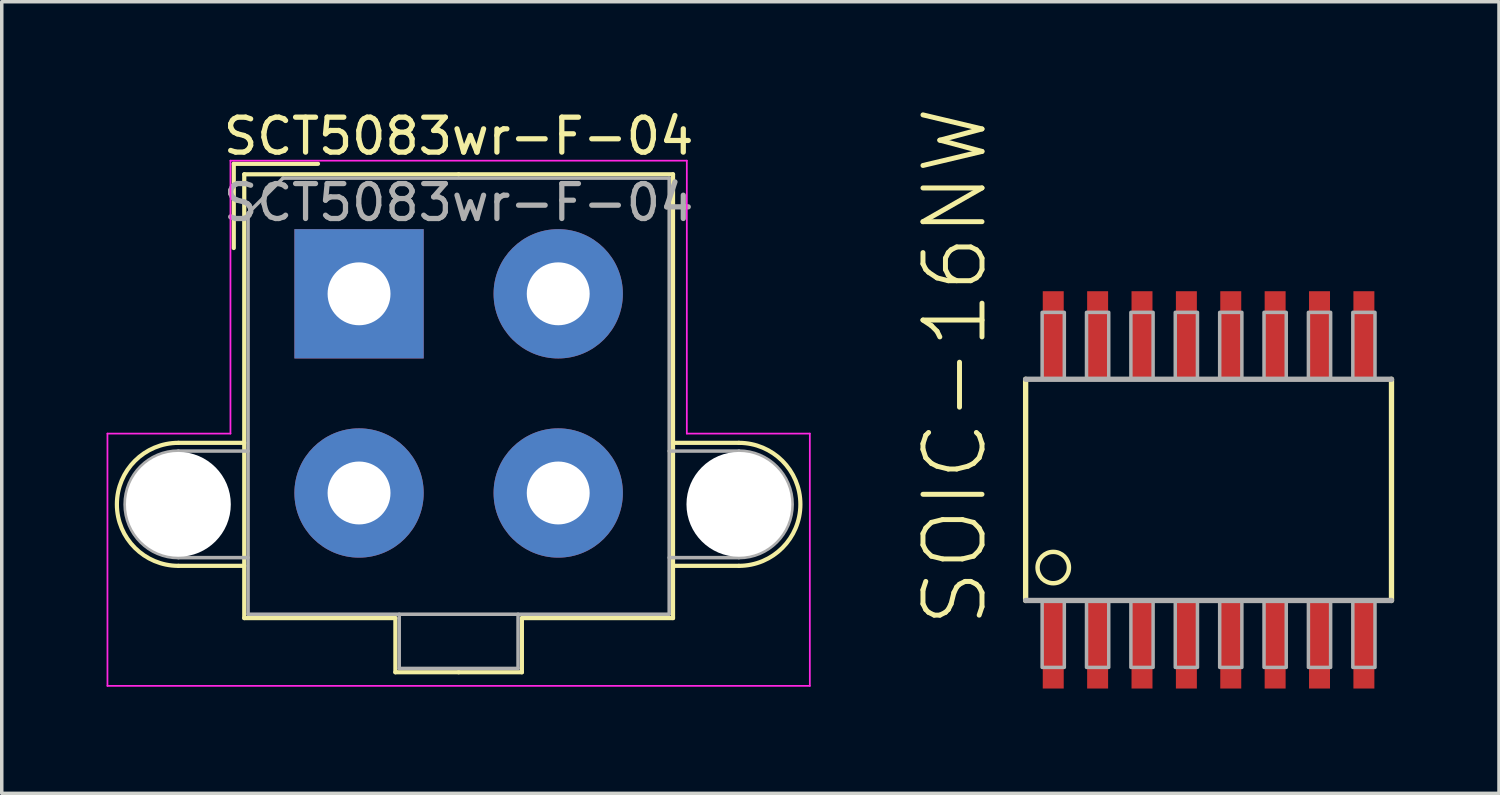
<source format=kicad_pcb>
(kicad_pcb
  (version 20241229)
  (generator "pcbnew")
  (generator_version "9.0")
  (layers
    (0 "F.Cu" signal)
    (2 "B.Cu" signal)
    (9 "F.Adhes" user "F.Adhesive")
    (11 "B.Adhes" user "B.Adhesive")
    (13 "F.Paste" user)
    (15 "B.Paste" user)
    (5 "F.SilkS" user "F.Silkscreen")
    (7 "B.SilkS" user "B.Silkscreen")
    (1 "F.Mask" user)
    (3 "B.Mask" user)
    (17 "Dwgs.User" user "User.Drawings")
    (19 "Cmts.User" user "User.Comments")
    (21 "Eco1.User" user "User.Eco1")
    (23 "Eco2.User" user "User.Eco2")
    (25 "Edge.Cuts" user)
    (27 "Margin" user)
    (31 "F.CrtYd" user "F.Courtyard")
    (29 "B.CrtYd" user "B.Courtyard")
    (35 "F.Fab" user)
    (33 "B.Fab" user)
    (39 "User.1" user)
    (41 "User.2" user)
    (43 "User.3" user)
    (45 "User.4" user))
  (footprint "SOIC-16NW"
    (layer "F.Cu")
    (at 31.536 10.969)
    (property "Reference" "SOIC-16NW" (at -6.27 4 90) (layer "F.SilkS") (effects (font (size 1.689 1.689) (thickness 0.142)) (justify left bottom)))
    (attr through_hole)
    (fp_line (start -5.235 3.165) (end -5.235 -3.165) (stroke (width 0.152) (type solid)) (layer "F.SilkS"))
    (fp_line (start 5.235 -3.165) (end 5.235 3.165) (stroke (width 0.152) (type solid)) (layer "F.SilkS"))
    (fp_circle (center -4.445 2.223) (end -3.996 2.223) (stroke (width 0.127) (type solid)) (fill no) (layer "F.SilkS"))
    (fp_line (start -5.235 -3.165) (end 5.235 -3.165) (stroke (width 0.152) (type solid)) (layer "F.Fab"))
    (fp_line (start 5.235 3.165) (end -5.235 3.165) (stroke (width 0.152) (type solid)) (layer "F.Fab"))
    (fp_poly (pts (xy -4.763 -3.175) (xy -4.128 -3.175) (xy -4.128 -5.08) (xy -4.763 -5.08)) (stroke (width 0.1) (type solid)) (fill no) (layer "F.Fab"))
    (fp_poly (pts (xy -4.763 5.08) (xy -4.128 5.08) (xy -4.128 3.175) (xy -4.763 3.175)) (stroke (width 0.1) (type solid)) (fill no) (layer "F.Fab"))
    (fp_poly (pts (xy -3.493 -3.175) (xy -2.857 -3.175) (xy -2.857 -5.08) (xy -3.493 -5.08)) (stroke (width 0.1) (type solid)) (fill no) (layer "F.Fab"))
    (fp_poly (pts (xy -3.493 5.08) (xy -2.857 5.08) (xy -2.857 3.175) (xy -3.493 3.175)) (stroke (width 0.1) (type solid)) (fill no) (layer "F.Fab"))
    (fp_poly (pts (xy -2.223 -3.175) (xy -1.587 -3.175) (xy -1.587 -5.08) (xy -2.223 -5.08)) (stroke (width 0.1) (type solid)) (fill no) (layer "F.Fab"))
    (fp_poly (pts (xy -2.223 5.08) (xy -1.587 5.08) (xy -1.587 3.175) (xy -2.223 3.175)) (stroke (width 0.1) (type solid)) (fill no) (layer "F.Fab"))
    (fp_poly (pts (xy -0.953 -3.175) (xy -0.318 -3.175) (xy -0.318 -5.08) (xy -0.953 -5.08)) (stroke (width 0.1) (type solid)) (fill no) (layer "F.Fab"))
    (fp_poly (pts (xy -0.953 5.08) (xy -0.318 5.08) (xy -0.318 3.175) (xy -0.953 3.175)) (stroke (width 0.1) (type solid)) (fill no) (layer "F.Fab"))
    (fp_poly (pts (xy 0.318 -3.175) (xy 0.953 -3.175) (xy 0.953 -5.08) (xy 0.318 -5.08)) (stroke (width 0.1) (type solid)) (fill no) (layer "F.Fab"))
    (fp_poly (pts (xy 0.318 5.08) (xy 0.953 5.08) (xy 0.953 3.175) (xy 0.318 3.175)) (stroke (width 0.1) (type solid)) (fill no) (layer "F.Fab"))
    (fp_poly (pts (xy 1.587 -3.175) (xy 2.223 -3.175) (xy 2.223 -5.08) (xy 1.587 -5.08)) (stroke (width 0.1) (type solid)) (fill no) (layer "F.Fab"))
    (fp_poly (pts (xy 1.587 5.08) (xy 2.223 5.08) (xy 2.223 3.175) (xy 1.587 3.175)) (stroke (width 0.1) (type solid)) (fill no) (layer "F.Fab"))
    (fp_poly (pts (xy 2.857 -3.175) (xy 3.493 -3.175) (xy 3.493 -5.08) (xy 2.857 -5.08)) (stroke (width 0.1) (type solid)) (fill no) (layer "F.Fab"))
    (fp_poly (pts (xy 2.857 5.08) (xy 3.493 5.08) (xy 3.493 3.175) (xy 2.857 3.175)) (stroke (width 0.1) (type solid)) (fill no) (layer "F.Fab"))
    (fp_poly (pts (xy 4.128 -3.175) (xy 4.763 -3.175) (xy 4.763 -5.08) (xy 4.128 -5.08)) (stroke (width 0.1) (type solid)) (fill no) (layer "F.Fab"))
    (fp_poly (pts (xy 4.128 5.08) (xy 4.763 5.08) (xy 4.763 3.175) (xy 4.128 3.175)) (stroke (width 0.1) (type solid)) (fill no) (layer "F.Fab"))
    (pad "1" smd rect (at -4.445 4.415) (size 0.6 2.54) (layers "F.Cu" "F.Mask" "F.Paste"))
    (pad "2" smd rect (at -3.175 4.415) (size 0.6 2.54) (layers "F.Cu" "F.Mask" "F.Paste"))
    (pad "3" smd rect (at -1.905 4.415) (size 0.6 2.54) (layers "F.Cu" "F.Mask" "F.Paste"))
    (pad "4" smd rect (at -0.635 4.415) (size 0.6 2.54) (layers "F.Cu" "F.Mask" "F.Paste"))
    (pad "5" smd rect (at 0.635 4.415) (size 0.6 2.54) (layers "F.Cu" "F.Mask" "F.Paste"))
    (pad "6" smd rect (at 1.905 4.415) (size 0.6 2.54) (layers "F.Cu" "F.Mask" "F.Paste"))
    (pad "7" smd rect (at 3.175 4.415) (size 0.6 2.54) (layers "F.Cu" "F.Mask" "F.Paste"))
    (pad "8" smd rect (at 4.445 4.415) (size 0.6 2.54) (layers "F.Cu" "F.Mask" "F.Paste"))
    (pad "9" smd rect (at 4.445 -4.415) (size 0.6 2.54) (layers "F.Cu" "F.Mask" "F.Paste"))
    (pad "10" smd rect (at 3.175 -4.415) (size 0.6 2.54) (layers "F.Cu" "F.Mask" "F.Paste"))
    (pad "11" smd rect (at 1.905 -4.415) (size 0.6 2.54) (layers "F.Cu" "F.Mask" "F.Paste"))
    (pad "12" smd rect (at 0.635 -4.415) (size 0.6 2.54) (layers "F.Cu" "F.Mask" "F.Paste"))
    (pad "13" smd rect (at -0.635 -4.415) (size 0.6 2.54) (layers "F.Cu" "F.Mask" "F.Paste"))
    (pad "14" smd rect (at -1.905 -4.415) (size 0.6 2.54) (layers "F.Cu" "F.Mask" "F.Paste"))
    (pad "15" smd rect (at -3.175 -4.415) (size 0.6 2.54) (layers "F.Cu" "F.Mask" "F.Paste"))
    (pad "16" smd rect (at -4.445 -4.415) (size 0.6 2.54) (layers "F.Cu" "F.Mask" "F.Paste")))
  (footprint "SCT5083wr-F-04"
    (layer "F.Cu")
    (at 7.225 5.358)
    (property "Reference" "SCT5083wr-F-04" (at 2.85 -4.51 0) (layer "F.SilkS") (effects (font (size 1 1) (thickness 0.15))))
    (attr through_hole)
    (fp_line (start -5.17 4.265) (end -3.285 4.265) (stroke (width 0.12) (type solid)) (layer "F.SilkS"))
    (fp_line (start -5.17 7.785) (end -3.285 7.785) (stroke (width 0.12) (type solid)) (layer "F.SilkS"))
    (fp_line (start -3.585 -3.72) (end -1.175 -3.72) (stroke (width 0.12) (type solid)) (layer "F.SilkS"))
    (fp_line (start -3.585 -1.31) (end -3.585 -3.72) (stroke (width 0.12) (type solid)) (layer "F.SilkS"))
    (fp_line (start -3.285 -3.42) (end -3.285 9.28) (stroke (width 0.12) (type solid)) (layer "F.SilkS"))
    (fp_line (start -3.285 9.28) (end 1.04 9.28) (stroke (width 0.12) (type solid)) (layer "F.SilkS"))
    (fp_line (start 1.04 9.28) (end 1.04 10.83) (stroke (width 0.12) (type solid)) (layer "F.SilkS"))
    (fp_line (start 1.04 10.83) (end 2.85 10.83) (stroke (width 0.12) (type solid)) (layer "F.SilkS"))
    (fp_line (start 2.85 -3.42) (end -3.285 -3.42) (stroke (width 0.12) (type solid)) (layer "F.SilkS"))
    (fp_line (start 2.85 -3.42) (end 8.985 -3.42) (stroke (width 0.12) (type solid)) (layer "F.SilkS"))
    (fp_line (start 4.66 9.28) (end 4.66 10.83) (stroke (width 0.12) (type solid)) (layer "F.SilkS"))
    (fp_line (start 4.66 10.83) (end 2.85 10.83) (stroke (width 0.12) (type solid)) (layer "F.SilkS"))
    (fp_line (start 8.985 -3.42) (end 8.985 9.28) (stroke (width 0.12) (type solid)) (layer "F.SilkS"))
    (fp_line (start 8.985 9.28) (end 4.66 9.28) (stroke (width 0.12) (type solid)) (layer "F.SilkS"))
    (fp_line (start 10.87 4.265) (end 8.985 4.265) (stroke (width 0.12) (type solid)) (layer "F.SilkS"))
    (fp_line (start 10.87 7.785) (end 8.985 7.785) (stroke (width 0.12) (type solid)) (layer "F.SilkS"))
    (fp_arc (start -5.17 7.785) (mid -6.93 6.025) (end -5.17 4.265) (stroke (width 0.12) (type solid)) (layer "F.SilkS"))
    (fp_arc (start 10.87 4.265) (mid 12.63 6.025) (end 10.87 7.785) (stroke (width 0.12) (type solid)) (layer "F.SilkS"))
    (fp_line (start -7.2 4) (end -7.2 11.22) (stroke (width 0.05) (type solid)) (layer "F.CrtYd"))
    (fp_line (start -7.2 11.22) (end 12.9 11.22) (stroke (width 0.05) (type solid)) (layer "F.CrtYd"))
    (fp_line (start -3.68 -3.81) (end -3.68 4) (stroke (width 0.05) (type solid)) (layer "F.CrtYd"))
    (fp_line (start -3.68 4) (end -7.2 4) (stroke (width 0.05) (type solid)) (layer "F.CrtYd"))
    (fp_line (start 9.38 -3.81) (end -3.68 -3.81) (stroke (width 0.05) (type solid)) (layer "F.CrtYd"))
    (fp_line (start 9.38 4) (end 9.38 -3.81) (stroke (width 0.05) (type solid)) (layer "F.CrtYd"))
    (fp_line (start 12.9 4) (end 9.38 4) (stroke (width 0.05) (type solid)) (layer "F.CrtYd"))
    (fp_line (start 12.9 11.22) (end 12.9 4) (stroke (width 0.05) (type solid)) (layer "F.CrtYd"))
    (fp_line (start -5.17 4.5) (end -3.175 4.5) (stroke (width 0.1) (type solid)) (layer "F.Fab"))
    (fp_line (start -5.17 7.55) (end -3.175 7.55) (stroke (width 0.1) (type solid)) (layer "F.Fab"))
    (fp_line (start -3.175 -2.31) (end -3.175 9.17) (stroke (width 0.1) (type solid)) (layer "F.Fab"))
    (fp_line (start -3.175 9.17) (end 8.875 9.17) (stroke (width 0.1) (type solid)) (layer "F.Fab"))
    (fp_line (start -2.175 -3.31) (end -3.175 -2.31) (stroke (width 0.1) (type solid)) (layer "F.Fab"))
    (fp_line (start 1.15 9.17) (end 1.15 10.72) (stroke (width 0.1) (type solid)) (layer "F.Fab"))
    (fp_line (start 1.15 10.72) (end 4.55 10.72) (stroke (width 0.1) (type solid)) (layer "F.Fab"))
    (fp_line (start 4.55 10.72) (end 4.55 9.17) (stroke (width 0.1) (type solid)) (layer "F.Fab"))
    (fp_line (start 8.875 -3.31) (end -2.175 -3.31) (stroke (width 0.1) (type solid)) (layer "F.Fab"))
    (fp_line (start 8.875 9.17) (end 8.875 -3.31) (stroke (width 0.1) (type solid)) (layer "F.Fab"))
    (fp_line (start 10.87 4.5) (end 8.875 4.5) (stroke (width 0.1) (type solid)) (layer "F.Fab"))
    (fp_line (start 10.87 7.55) (end 8.875 7.55) (stroke (width 0.1) (type solid)) (layer "F.Fab"))
    (fp_arc (start -5.17 7.55) (mid -6.695 6.025) (end -5.17 4.5) (stroke (width 0.1) (type solid)) (layer "F.Fab"))
    (fp_arc (start 10.87 4.5) (mid 12.395 6.025) (end 10.87 7.55) (stroke (width 0.1) (type solid)) (layer "F.Fab"))
    (fp_text user "${REFERENCE}" (at 2.85 -2.61 0) (layer "F.Fab") (effects (font (size 1 1) (thickness 0.15))))
    (pad "" np_thru_hole circle (at -5.17 6.025) (size 3 3) (drill 3) (layers "*.Cu" "*.Mask"))
    (pad "" np_thru_hole circle (at 10.87 6.025) (size 3 3) (drill 3) (layers "*.Cu" "*.Mask"))
    (pad "1" thru_hole rect (at 0 0) (size 3.7 3.7) (drill 1.8) (layers "*.Cu" "*.Mask"))
    (pad "2" thru_hole circle (at 5.7 0) (size 3.7 3.7) (drill 1.8) (layers "*.Cu" "*.Mask"))
    (pad "3" thru_hole circle (at 0 5.7) (size 3.7 3.7) (drill 1.8) (layers "*.Cu" "*.Mask"))
    (pad "4" thru_hole circle (at 5.7 5.7) (size 3.7 3.7) (drill 1.8) (layers "*.Cu" "*.Mask")))
  (gr_rect
    (start -3 -3)
    (end 39.847 19.654)
    (stroke (width 0.1) (type default))
    (fill no)
    (layer "Edge.Cuts")))
</source>
